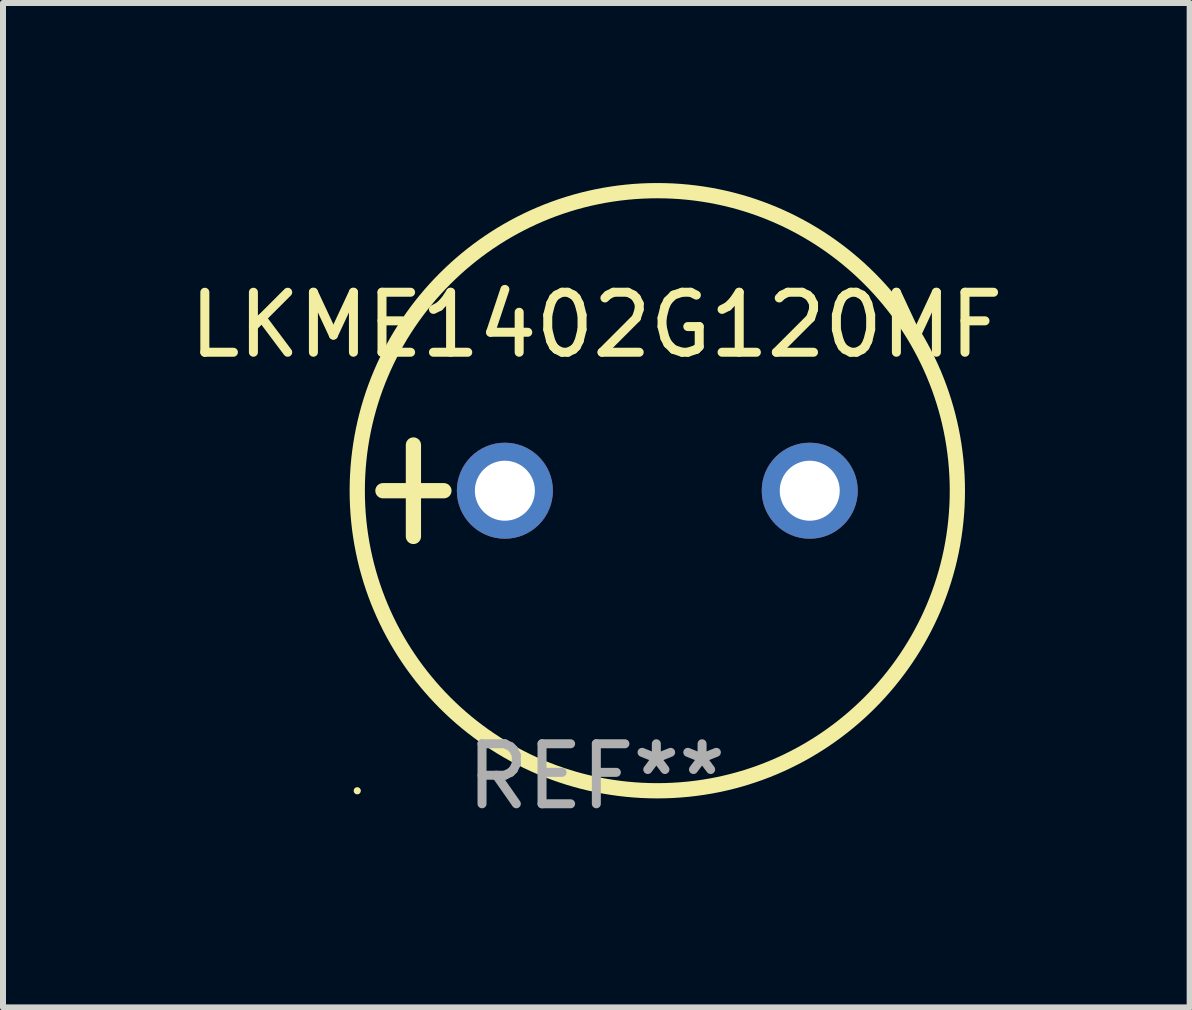
<source format=kicad_pcb>
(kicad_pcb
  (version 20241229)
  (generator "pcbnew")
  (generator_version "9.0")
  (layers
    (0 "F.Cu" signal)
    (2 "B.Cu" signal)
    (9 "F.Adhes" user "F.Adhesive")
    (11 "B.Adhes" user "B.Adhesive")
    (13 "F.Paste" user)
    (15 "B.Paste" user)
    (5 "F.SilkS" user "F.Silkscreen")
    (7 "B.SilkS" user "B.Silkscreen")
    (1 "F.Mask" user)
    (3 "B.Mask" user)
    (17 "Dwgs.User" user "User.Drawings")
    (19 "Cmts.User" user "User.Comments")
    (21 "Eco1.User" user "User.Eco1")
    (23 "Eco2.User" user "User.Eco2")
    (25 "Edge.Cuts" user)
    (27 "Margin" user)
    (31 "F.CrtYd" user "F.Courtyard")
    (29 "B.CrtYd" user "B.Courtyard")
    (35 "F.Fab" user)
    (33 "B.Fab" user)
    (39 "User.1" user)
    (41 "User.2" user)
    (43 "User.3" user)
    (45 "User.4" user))
  (footprint "LKME1402G120MF"
    (layer "F.Cu")
    (at 6.887 5.127)
    (property "Reference" "LKME1402G120MF" (at 0 -2.762 0) (layer "F.SilkS") (effects (font (size 1 1) (thickness 0.15))))
    (attr through_hole)
    (fp_line (start -3.556 0) (end -2.54 0) (stroke (width 0.254) (type solid)) (layer "F.SilkS"))
    (fp_line (start -3.048 -0.762) (end -3.048 0.762) (stroke (width 0.254) (type solid)) (layer "F.SilkS"))
    (fp_circle (center -3.984 5) (end -3.954 5) (stroke (width 0.06) (type solid)) (fill no) (layer "F.SilkS"))
    (fp_circle (center 1.016 0) (end 6.016 0) (stroke (width 0.254) (type solid)) (fill no) (layer "F.SilkS"))
    (fp_text user "REF**" (at 0 4.762 0) (layer "F.Fab") (effects (font (size 1 1) (thickness 0.15))))
    (pad "1" thru_hole circle (at -1.524 0) (size 1.6 1.6) (drill 1) (layers "*.Cu" "*.Mask"))
    (pad "2" thru_hole circle (at 3.556 0) (size 1.6 1.6) (drill 1) (layers "*.Cu" "*.Mask")))
  (gr_rect
    (start -3 -3)
    (end 16.774 13.737)
    (stroke (width 0.1) (type default))
    (fill no)
    (layer "Edge.Cuts")))
</source>
